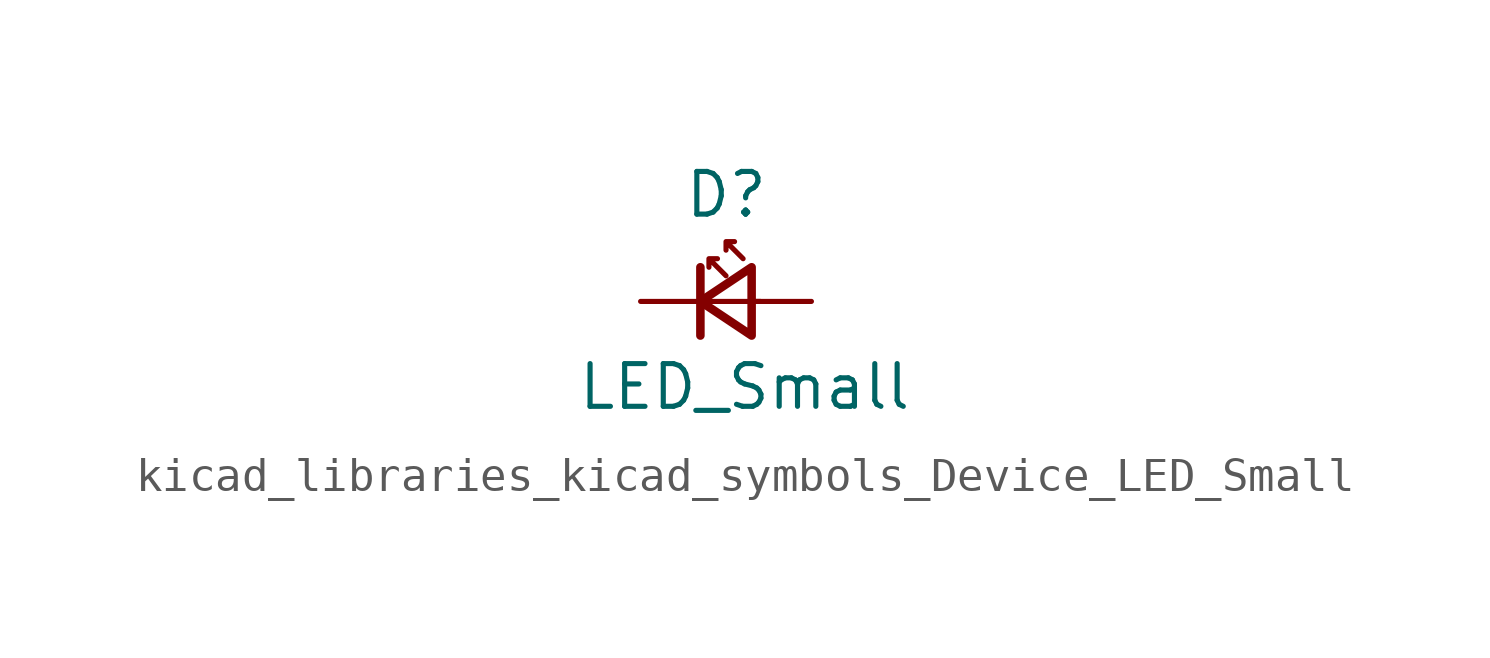
<source format=kicad_sym>
(kicad_symbol_lib
  (version 20220914)
  (generator kicad_symbol_editor)
  (symbol "kicad_libraries_kicad_symbols_Device_LED_Small"
    (pin_numbers hide)
    (pin_names
      (offset 0.254) hide)
    (property "Reference" "D"
      (at -1.27 3.175 0)
      (effects (font (size 1.27 1.27)) (justify left)))
    (property "Value" "LED_Small"
      (at -4.445 -2.54 0)
      (effects (font (size 1.27 1.27)) (justify left)))
    (symbol "kicad_libraries_kicad_symbols_Device_LED_Small_0_1"
      (polyline (pts (xy -0.762 -1.016) (xy -0.762 1.016)) (stroke (width 0.254) (type default)) (fill (type none)))
      (polyline (pts (xy 1.016 0) (xy -0.762 0)) (stroke (width 0) (type default)) (fill (type none)))
      (polyline (pts (xy 0.762 -1.016) (xy -0.762 0) (xy 0.762 1.016) (xy 0.762 -1.016)) (stroke (width 0.254) (type default)) (fill (type none)))
      (polyline (pts (xy 0 0.762) (xy -0.508 1.27) (xy -0.254 1.27) (xy -0.508 1.27) (xy -0.508 1.016)) (stroke (width 0) (type default)) (fill (type none)))
      (polyline (pts (xy 0.508 1.27) (xy 0 1.778) (xy 0.254 1.778) (xy 0 1.778) (xy 0 1.524)) (stroke (width 0) (type default)) (fill (type none))))
    (symbol "kicad_libraries_kicad_symbols_Device_LED_Small_1_1"
      (pin passive line (at -2.54 0 0) (length 1.778) (name "K" (effects (font (size 1.27 1.27)))) (number "1" (effects (font (size 1.27 1.27)))))
      (pin passive line (at 2.54 0 180) (length 1.778) (name "A" (effects (font (size 1.27 1.27)))) (number "2" (effects (font (size 1.27 1.27))))))))
</source>
